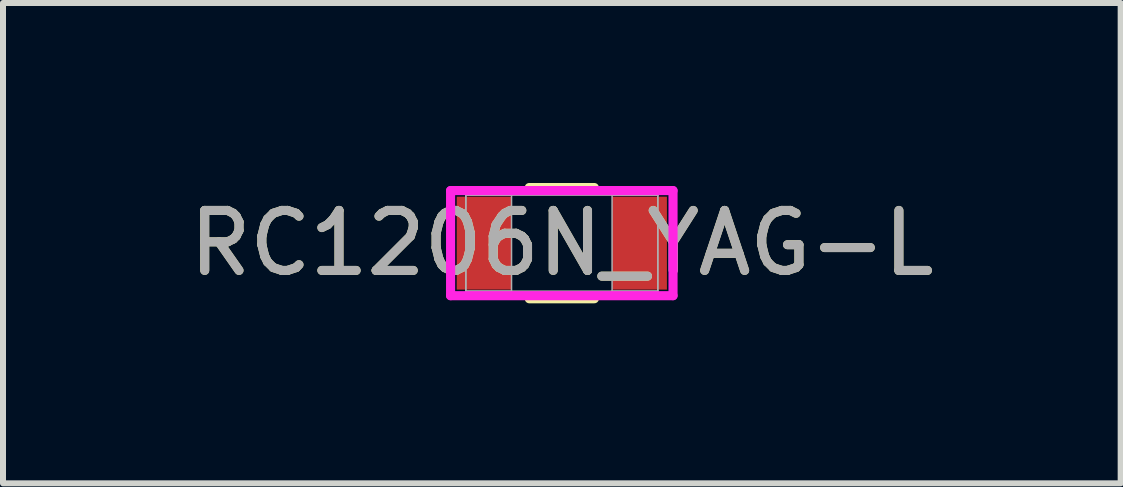
<source format=kicad_pcb>
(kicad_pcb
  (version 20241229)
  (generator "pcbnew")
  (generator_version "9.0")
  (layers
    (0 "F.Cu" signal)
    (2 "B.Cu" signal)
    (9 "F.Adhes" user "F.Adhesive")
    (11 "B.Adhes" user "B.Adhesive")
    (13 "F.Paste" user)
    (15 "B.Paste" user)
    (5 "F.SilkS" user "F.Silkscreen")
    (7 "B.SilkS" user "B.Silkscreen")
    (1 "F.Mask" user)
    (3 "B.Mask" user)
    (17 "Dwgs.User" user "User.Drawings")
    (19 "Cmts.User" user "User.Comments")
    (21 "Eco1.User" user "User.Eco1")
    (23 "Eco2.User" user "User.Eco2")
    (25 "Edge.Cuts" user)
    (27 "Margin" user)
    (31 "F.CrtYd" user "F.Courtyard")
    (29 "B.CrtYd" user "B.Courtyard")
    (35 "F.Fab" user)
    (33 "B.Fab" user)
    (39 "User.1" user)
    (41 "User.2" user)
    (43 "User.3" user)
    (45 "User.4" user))
  (footprint "RC1206N_YAG-L"
    (layer "F.Cu")
    (at 6.315 1.003)
    (property "Reference" "RC1206N_YAG-L" (at 0 0 0) (unlocked yes) (layer "F.SilkS") (effects (font (size 1 1) (thickness 0.15))))
    (attr smd)
    (fp_line (start -0.542 0.927) (end 0.542 0.927) (stroke (width 0.152) (type solid)) (layer "F.SilkS"))
    (fp_line (start 0.542 -0.927) (end -0.542 -0.927) (stroke (width 0.152) (type solid)) (layer "F.SilkS"))
    (fp_line (start -1.854 -0.876) (end 1.854 -0.876) (stroke (width 0.152) (type solid)) (layer "F.CrtYd"))
    (fp_line (start -1.854 0.876) (end -1.854 -0.876) (stroke (width 0.152) (type solid)) (layer "F.CrtYd"))
    (fp_line (start 1.854 -0.876) (end 1.854 0.876) (stroke (width 0.152) (type solid)) (layer "F.CrtYd"))
    (fp_line (start 1.854 0.876) (end -1.854 0.876) (stroke (width 0.152) (type solid)) (layer "F.CrtYd"))
    (fp_line (start -1.6 -0.8) (end -1.6 0.8) (stroke (width 0.025) (type solid)) (layer "F.Fab"))
    (fp_line (start -1.6 -0.8) (end -1.6 0.8) (stroke (width 0.025) (type solid)) (layer "F.Fab"))
    (fp_line (start -1.6 0.8) (end -0.838 0.8) (stroke (width 0.025) (type solid)) (layer "F.Fab"))
    (fp_line (start -1.6 0.8) (end 1.6 0.8) (stroke (width 0.025) (type solid)) (layer "F.Fab"))
    (fp_line (start -0.838 -0.8) (end -1.6 -0.8) (stroke (width 0.025) (type solid)) (layer "F.Fab"))
    (fp_line (start -0.838 0.8) (end -0.838 -0.8) (stroke (width 0.025) (type solid)) (layer "F.Fab"))
    (fp_line (start 0.838 -0.8) (end 0.838 0.8) (stroke (width 0.025) (type solid)) (layer "F.Fab"))
    (fp_line (start 0.838 0.8) (end 1.6 0.8) (stroke (width 0.025) (type solid)) (layer "F.Fab"))
    (fp_line (start 1.6 -0.8) (end -1.6 -0.8) (stroke (width 0.025) (type solid)) (layer "F.Fab"))
    (fp_line (start 1.6 -0.8) (end 0.838 -0.8) (stroke (width 0.025) (type solid)) (layer "F.Fab"))
    (fp_line (start 1.6 0.8) (end 1.6 -0.8) (stroke (width 0.025) (type solid)) (layer "F.Fab"))
    (fp_line (start 1.6 0.8) (end 1.6 -0.8) (stroke (width 0.025) (type solid)) (layer "F.Fab"))
    (fp_text user "${REFERENCE}" (at 0 0 0) (unlocked yes) (layer "F.Fab") (effects (font (size 1 1) (thickness 0.15))))
    (pad "1" smd rect (at -1.295 0) (size 0.914 1.549) (layers "F.Cu" "F.Mask" "F.Paste"))
    (pad "2" smd rect (at 1.295 0) (size 0.914 1.549) (layers "F.Cu" "F.Mask" "F.Paste"))
    (zone (net_name "") (layer "F.Cu") (hatch full 0.508) (connect_pads) (min_thickness 0.254) (filled_areas_thickness no) (keepout (tracks not_allowed) (vias not_allowed) (pads allowed) (copperpour not_allowed) (footprints allowed)) (placement (enabled no)) (fill) (polygon (pts (xy 5.528 0.254) (xy 7.103 0.254) (xy 7.103 1.753) (xy 5.528 1.753)))))
  (gr_rect
    (start -3 -3)
    (end 15.631 5.007)
    (stroke (width 0.1) (type default))
    (fill no)
    (layer "Edge.Cuts")))
</source>
